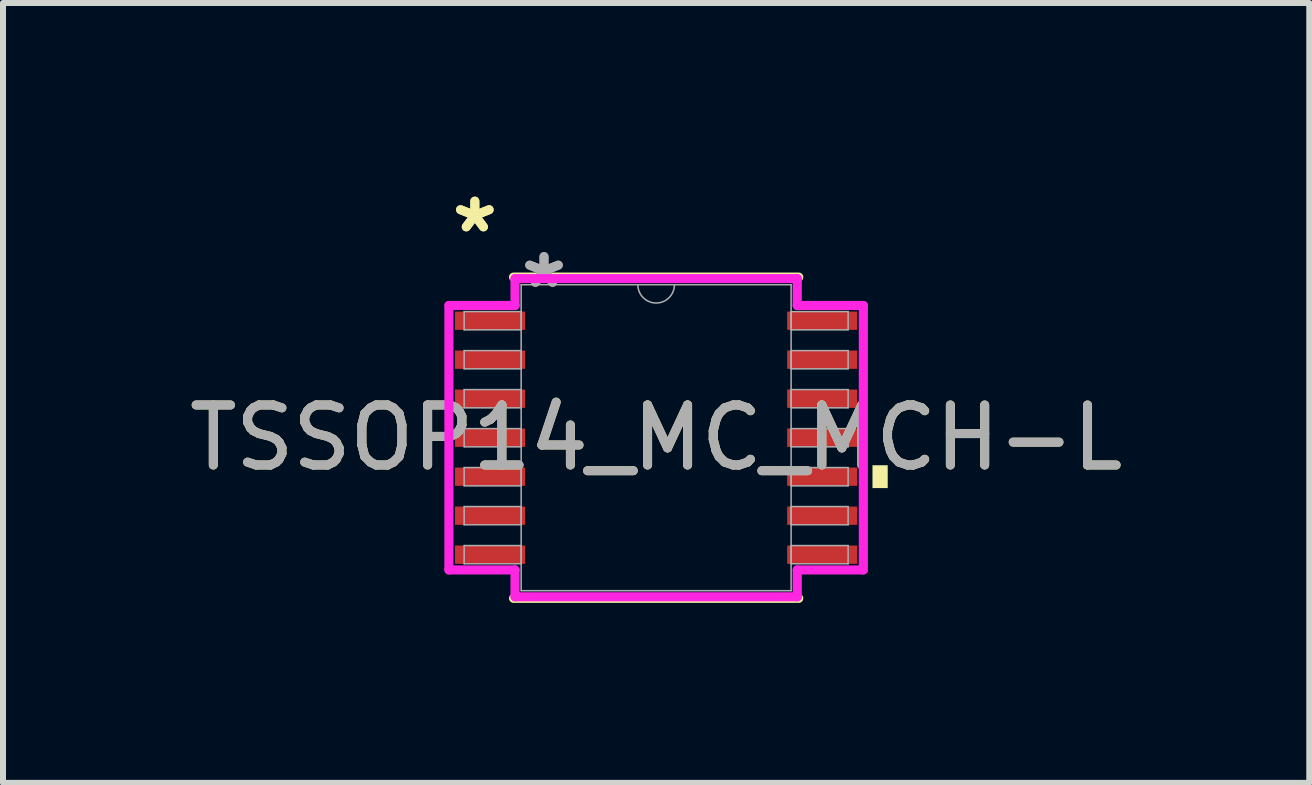
<source format=kicad_pcb>
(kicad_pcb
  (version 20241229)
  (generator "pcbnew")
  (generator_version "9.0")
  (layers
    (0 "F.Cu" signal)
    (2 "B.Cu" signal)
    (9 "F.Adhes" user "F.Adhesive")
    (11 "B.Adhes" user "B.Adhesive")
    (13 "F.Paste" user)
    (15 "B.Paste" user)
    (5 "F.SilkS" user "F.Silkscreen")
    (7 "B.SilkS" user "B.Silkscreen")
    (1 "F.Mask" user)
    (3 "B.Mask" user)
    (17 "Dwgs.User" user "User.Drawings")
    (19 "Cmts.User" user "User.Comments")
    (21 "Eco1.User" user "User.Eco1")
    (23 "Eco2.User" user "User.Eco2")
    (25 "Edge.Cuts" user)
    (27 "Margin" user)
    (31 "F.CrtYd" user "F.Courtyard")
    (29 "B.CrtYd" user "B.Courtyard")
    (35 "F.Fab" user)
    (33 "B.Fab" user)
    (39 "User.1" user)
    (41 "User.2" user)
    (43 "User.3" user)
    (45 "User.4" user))
  (footprint "TSSOP14_MC_MCH-L"
    (layer "F.Cu")
    (at 7.887 4.246)
    (property "Reference" "TSSOP14_MC_MCH-L" (at 0 0 0) (unlocked yes) (layer "F.SilkS") (effects (font (size 1 1) (thickness 0.15))))
    (attr smd)
    (fp_line (start -2.377 2.677) (end 2.377 2.677) (stroke (width 0.152) (type solid)) (layer "F.SilkS"))
    (fp_line (start 2.377 -2.677) (end -2.377 -2.677) (stroke (width 0.152) (type solid)) (layer "F.SilkS"))
    (fp_poly (pts (xy 3.86 0.459) (xy 3.86 0.84) (xy 3.606 0.84) (xy 3.606 0.459)) (stroke (width 0) (type solid)) (fill yes) (layer "F.SilkS"))
    (fp_line (start -3.454 -2.204) (end -2.352 -2.204) (stroke (width 0.152) (type solid)) (layer "F.CrtYd"))
    (fp_line (start -3.454 2.204) (end -3.454 -2.204) (stroke (width 0.152) (type solid)) (layer "F.CrtYd"))
    (fp_line (start -3.454 2.204) (end -2.352 2.204) (stroke (width 0.152) (type solid)) (layer "F.CrtYd"))
    (fp_line (start -2.352 -2.652) (end 2.352 -2.652) (stroke (width 0.152) (type solid)) (layer "F.CrtYd"))
    (fp_line (start -2.352 -2.204) (end -2.352 -2.652) (stroke (width 0.152) (type solid)) (layer "F.CrtYd"))
    (fp_line (start -2.352 2.652) (end -2.352 2.204) (stroke (width 0.152) (type solid)) (layer "F.CrtYd"))
    (fp_line (start 2.352 -2.652) (end 2.352 -2.204) (stroke (width 0.152) (type solid)) (layer "F.CrtYd"))
    (fp_line (start 2.352 2.204) (end 2.352 2.652) (stroke (width 0.152) (type solid)) (layer "F.CrtYd"))
    (fp_line (start 2.352 2.652) (end -2.352 2.652) (stroke (width 0.152) (type solid)) (layer "F.CrtYd"))
    (fp_line (start 3.454 -2.204) (end 2.352 -2.204) (stroke (width 0.152) (type solid)) (layer "F.CrtYd"))
    (fp_line (start 3.454 -2.204) (end 3.454 2.204) (stroke (width 0.152) (type solid)) (layer "F.CrtYd"))
    (fp_line (start 3.454 2.204) (end 2.352 2.204) (stroke (width 0.152) (type solid)) (layer "F.CrtYd"))
    (fp_line (start -3.2 -2.102) (end -3.2 -1.798) (stroke (width 0.025) (type solid)) (layer "F.Fab"))
    (fp_line (start -3.2 -1.798) (end -2.25 -1.798) (stroke (width 0.025) (type solid)) (layer "F.Fab"))
    (fp_line (start -3.2 -1.452) (end -3.2 -1.148) (stroke (width 0.025) (type solid)) (layer "F.Fab"))
    (fp_line (start -3.2 -1.148) (end -2.25 -1.148) (stroke (width 0.025) (type solid)) (layer "F.Fab"))
    (fp_line (start -3.2 -0.802) (end -3.2 -0.498) (stroke (width 0.025) (type solid)) (layer "F.Fab"))
    (fp_line (start -3.2 -0.498) (end -2.25 -0.498) (stroke (width 0.025) (type solid)) (layer "F.Fab"))
    (fp_line (start -3.2 -0.152) (end -3.2 0.152) (stroke (width 0.025) (type solid)) (layer "F.Fab"))
    (fp_line (start -3.2 0.152) (end -2.25 0.152) (stroke (width 0.025) (type solid)) (layer "F.Fab"))
    (fp_line (start -3.2 0.498) (end -3.2 0.802) (stroke (width 0.025) (type solid)) (layer "F.Fab"))
    (fp_line (start -3.2 0.802) (end -2.25 0.802) (stroke (width 0.025) (type solid)) (layer "F.Fab"))
    (fp_line (start -3.2 1.148) (end -3.2 1.452) (stroke (width 0.025) (type solid)) (layer "F.Fab"))
    (fp_line (start -3.2 1.452) (end -2.25 1.452) (stroke (width 0.025) (type solid)) (layer "F.Fab"))
    (fp_line (start -3.2 1.798) (end -3.2 2.102) (stroke (width 0.025) (type solid)) (layer "F.Fab"))
    (fp_line (start -3.2 2.102) (end -2.25 2.102) (stroke (width 0.025) (type solid)) (layer "F.Fab"))
    (fp_line (start -2.25 -2.55) (end -2.25 2.55) (stroke (width 0.025) (type solid)) (layer "F.Fab"))
    (fp_line (start -2.25 -2.102) (end -3.2 -2.102) (stroke (width 0.025) (type solid)) (layer "F.Fab"))
    (fp_line (start -2.25 -1.798) (end -2.25 -2.102) (stroke (width 0.025) (type solid)) (layer "F.Fab"))
    (fp_line (start -2.25 -1.452) (end -3.2 -1.452) (stroke (width 0.025) (type solid)) (layer "F.Fab"))
    (fp_line (start -2.25 -1.148) (end -2.25 -1.452) (stroke (width 0.025) (type solid)) (layer "F.Fab"))
    (fp_line (start -2.25 -0.802) (end -3.2 -0.802) (stroke (width 0.025) (type solid)) (layer "F.Fab"))
    (fp_line (start -2.25 -0.498) (end -2.25 -0.802) (stroke (width 0.025) (type solid)) (layer "F.Fab"))
    (fp_line (start -2.25 -0.152) (end -3.2 -0.152) (stroke (width 0.025) (type solid)) (layer "F.Fab"))
    (fp_line (start -2.25 0.152) (end -2.25 -0.152) (stroke (width 0.025) (type solid)) (layer "F.Fab"))
    (fp_line (start -2.25 0.498) (end -3.2 0.498) (stroke (width 0.025) (type solid)) (layer "F.Fab"))
    (fp_line (start -2.25 0.802) (end -2.25 0.498) (stroke (width 0.025) (type solid)) (layer "F.Fab"))
    (fp_line (start -2.25 1.148) (end -3.2 1.148) (stroke (width 0.025) (type solid)) (layer "F.Fab"))
    (fp_line (start -2.25 1.452) (end -2.25 1.148) (stroke (width 0.025) (type solid)) (layer "F.Fab"))
    (fp_line (start -2.25 1.798) (end -3.2 1.798) (stroke (width 0.025) (type solid)) (layer "F.Fab"))
    (fp_line (start -2.25 2.102) (end -2.25 1.798) (stroke (width 0.025) (type solid)) (layer "F.Fab"))
    (fp_line (start -2.25 2.55) (end 2.25 2.55) (stroke (width 0.025) (type solid)) (layer "F.Fab"))
    (fp_line (start 2.25 -2.55) (end -2.25 -2.55) (stroke (width 0.025) (type solid)) (layer "F.Fab"))
    (fp_line (start 2.25 -2.102) (end 2.25 -1.798) (stroke (width 0.025) (type solid)) (layer "F.Fab"))
    (fp_line (start 2.25 -1.798) (end 3.2 -1.798) (stroke (width 0.025) (type solid)) (layer "F.Fab"))
    (fp_line (start 2.25 -1.452) (end 2.25 -1.148) (stroke (width 0.025) (type solid)) (layer "F.Fab"))
    (fp_line (start 2.25 -1.148) (end 3.2 -1.148) (stroke (width 0.025) (type solid)) (layer "F.Fab"))
    (fp_line (start 2.25 -0.802) (end 2.25 -0.498) (stroke (width 0.025) (type solid)) (layer "F.Fab"))
    (fp_line (start 2.25 -0.498) (end 3.2 -0.498) (stroke (width 0.025) (type solid)) (layer "F.Fab"))
    (fp_line (start 2.25 -0.152) (end 2.25 0.152) (stroke (width 0.025) (type solid)) (layer "F.Fab"))
    (fp_line (start 2.25 0.152) (end 3.2 0.152) (stroke (width 0.025) (type solid)) (layer "F.Fab"))
    (fp_line (start 2.25 0.498) (end 2.25 0.802) (stroke (width 0.025) (type solid)) (layer "F.Fab"))
    (fp_line (start 2.25 0.802) (end 3.2 0.802) (stroke (width 0.025) (type solid)) (layer "F.Fab"))
    (fp_line (start 2.25 1.148) (end 2.25 1.452) (stroke (width 0.025) (type solid)) (layer "F.Fab"))
    (fp_line (start 2.25 1.452) (end 3.2 1.452) (stroke (width 0.025) (type solid)) (layer "F.Fab"))
    (fp_line (start 2.25 1.798) (end 2.25 2.102) (stroke (width 0.025) (type solid)) (layer "F.Fab"))
    (fp_line (start 2.25 2.102) (end 3.2 2.102) (stroke (width 0.025) (type solid)) (layer "F.Fab"))
    (fp_line (start 2.25 2.55) (end 2.25 -2.55) (stroke (width 0.025) (type solid)) (layer "F.Fab"))
    (fp_line (start 3.2 -2.102) (end 2.25 -2.102) (stroke (width 0.025) (type solid)) (layer "F.Fab"))
    (fp_line (start 3.2 -1.798) (end 3.2 -2.102) (stroke (width 0.025) (type solid)) (layer "F.Fab"))
    (fp_line (start 3.2 -1.452) (end 2.25 -1.452) (stroke (width 0.025) (type solid)) (layer "F.Fab"))
    (fp_line (start 3.2 -1.148) (end 3.2 -1.452) (stroke (width 0.025) (type solid)) (layer "F.Fab"))
    (fp_line (start 3.2 -0.802) (end 2.25 -0.802) (stroke (width 0.025) (type solid)) (layer "F.Fab"))
    (fp_line (start 3.2 -0.498) (end 3.2 -0.802) (stroke (width 0.025) (type solid)) (layer "F.Fab"))
    (fp_line (start 3.2 -0.152) (end 2.25 -0.152) (stroke (width 0.025) (type solid)) (layer "F.Fab"))
    (fp_line (start 3.2 0.152) (end 3.2 -0.152) (stroke (width 0.025) (type solid)) (layer "F.Fab"))
    (fp_line (start 3.2 0.498) (end 2.25 0.498) (stroke (width 0.025) (type solid)) (layer "F.Fab"))
    (fp_line (start 3.2 0.802) (end 3.2 0.498) (stroke (width 0.025) (type solid)) (layer "F.Fab"))
    (fp_line (start 3.2 1.148) (end 2.25 1.148) (stroke (width 0.025) (type solid)) (layer "F.Fab"))
    (fp_line (start 3.2 1.452) (end 3.2 1.148) (stroke (width 0.025) (type solid)) (layer "F.Fab"))
    (fp_line (start 3.2 1.798) (end 2.25 1.798) (stroke (width 0.025) (type solid)) (layer "F.Fab"))
    (fp_line (start 3.2 2.102) (end 3.2 1.798) (stroke (width 0.025) (type solid)) (layer "F.Fab"))
    (fp_arc (start 0.3048 -2.55) (mid 0 -2.2452) (end -0.3048 -2.55) (stroke (width 0.0254) (type solid)) (layer "F.Fab"))
    (fp_text user "*" (at -3.022 -3.398 0) (unlocked yes) (layer "F.SilkS") (effects (font (size 1 1) (thickness 0.15))))
    (fp_text user "*" (at -3.022 -3.398 0) (layer "F.SilkS") (effects (font (size 1 1) (thickness 0.15))))
    (fp_text user "${REFERENCE}" (at 0 0 0) (unlocked yes) (layer "F.Fab") (effects (font (size 1 1) (thickness 0.15))))
    (fp_text user "*" (at -1.869 -2.474 0) (unlocked yes) (layer "F.Fab") (effects (font (size 1 1) (thickness 0.15))))
    (fp_text user "*" (at -1.869 -2.474 0) (layer "F.Fab") (effects (font (size 1 1) (thickness 0.15))))
    (pad "1" smd rect (at -2.768 -1.95) (size 1.168 0.305) (layers "F.Cu" "F.Mask" "F.Paste"))
    (pad "2" smd rect (at -2.768 -1.3) (size 1.168 0.305) (layers "F.Cu" "F.Mask" "F.Paste"))
    (pad "3" smd rect (at -2.768 -0.65) (size 1.168 0.305) (layers "F.Cu" "F.Mask" "F.Paste"))
    (pad "4" smd rect (at -2.768 0) (size 1.168 0.305) (layers "F.Cu" "F.Mask" "F.Paste"))
    (pad "5" smd rect (at -2.768 0.65) (size 1.168 0.305) (layers "F.Cu" "F.Mask" "F.Paste"))
    (pad "6" smd rect (at -2.768 1.3) (size 1.168 0.305) (layers "F.Cu" "F.Mask" "F.Paste"))
    (pad "7" smd rect (at -2.768 1.95) (size 1.168 0.305) (layers "F.Cu" "F.Mask" "F.Paste"))
    (pad "8" smd rect (at 2.768 1.95) (size 1.168 0.305) (layers "F.Cu" "F.Mask" "F.Paste"))
    (pad "9" smd rect (at 2.768 1.3) (size 1.168 0.305) (layers "F.Cu" "F.Mask" "F.Paste"))
    (pad "10" smd rect (at 2.768 0.65) (size 1.168 0.305) (layers "F.Cu" "F.Mask" "F.Paste"))
    (pad "11" smd rect (at 2.768 0) (size 1.168 0.305) (layers "F.Cu" "F.Mask" "F.Paste"))
    (pad "12" smd rect (at 2.768 -0.65) (size 1.168 0.305) (layers "F.Cu" "F.Mask" "F.Paste"))
    (pad "13" smd rect (at 2.768 -1.3) (size 1.168 0.305) (layers "F.Cu" "F.Mask" "F.Paste"))
    (pad "14" smd rect (at 2.768 -1.95) (size 1.168 0.305) (layers "F.Cu" "F.Mask" "F.Paste")))
  (gr_rect
    (start -3 -3)
    (end 18.774 9.999)
    (stroke (width 0.1) (type default))
    (fill no)
    (layer "Edge.Cuts")))
</source>
